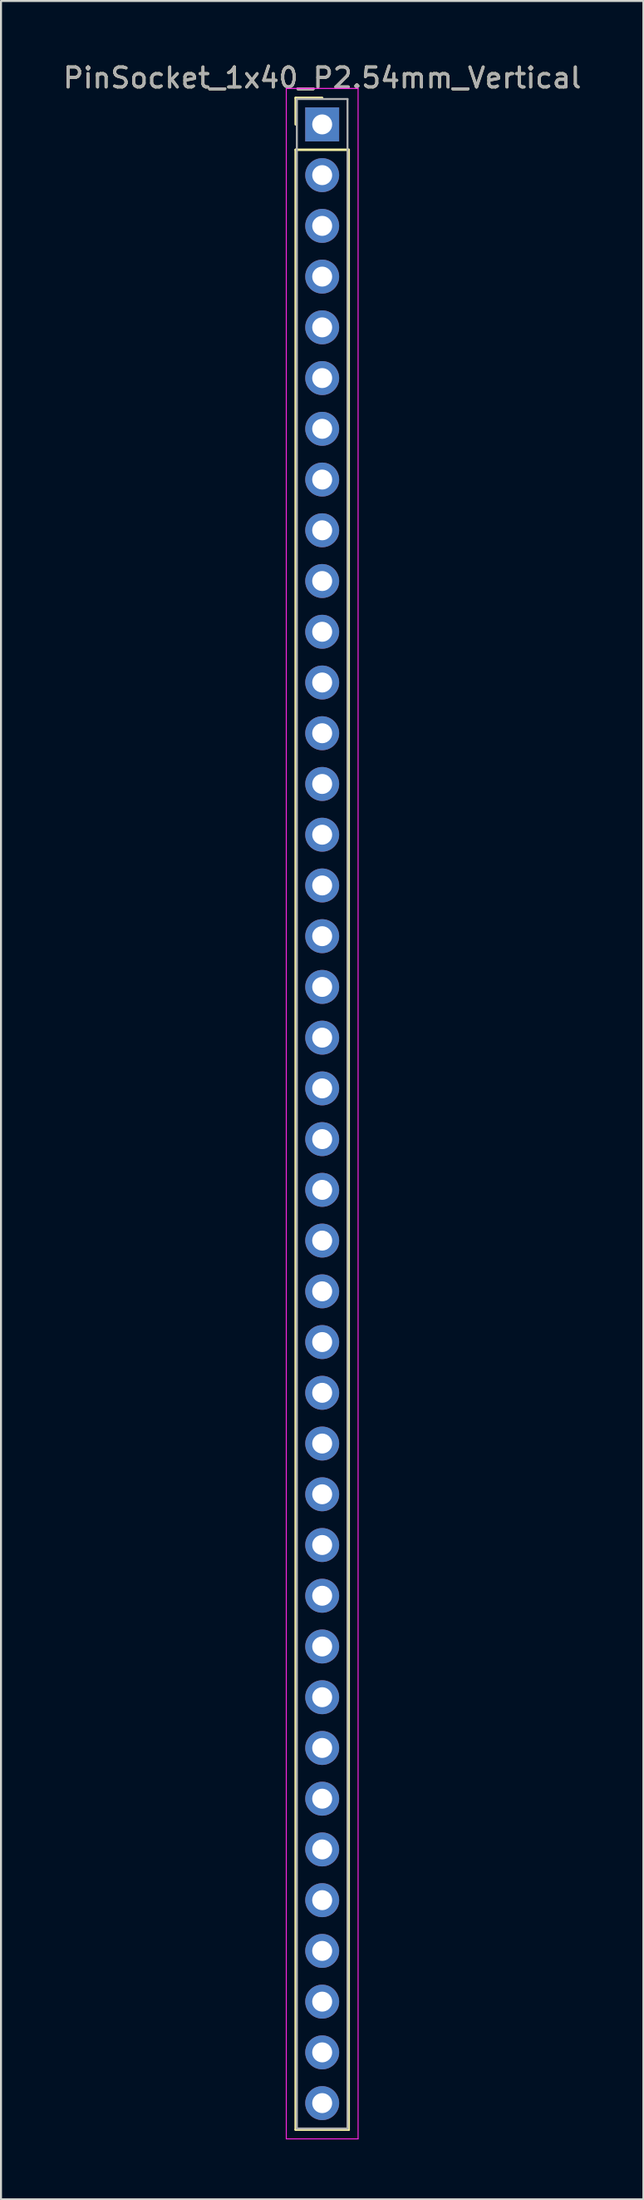
<source format=kicad_pcb>
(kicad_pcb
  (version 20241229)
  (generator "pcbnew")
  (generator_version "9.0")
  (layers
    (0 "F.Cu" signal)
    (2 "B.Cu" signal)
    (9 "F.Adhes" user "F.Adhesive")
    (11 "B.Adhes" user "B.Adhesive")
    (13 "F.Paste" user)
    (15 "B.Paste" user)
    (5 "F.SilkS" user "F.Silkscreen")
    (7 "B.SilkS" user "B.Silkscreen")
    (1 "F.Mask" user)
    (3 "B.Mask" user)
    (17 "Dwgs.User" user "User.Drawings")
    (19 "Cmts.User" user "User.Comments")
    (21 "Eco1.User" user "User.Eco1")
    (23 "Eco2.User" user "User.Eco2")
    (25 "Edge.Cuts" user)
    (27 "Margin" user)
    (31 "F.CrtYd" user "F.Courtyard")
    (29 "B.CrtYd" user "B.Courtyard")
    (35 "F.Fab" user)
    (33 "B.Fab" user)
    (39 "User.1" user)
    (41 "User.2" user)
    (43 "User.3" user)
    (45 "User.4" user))
  (footprint "PinSocket_1x40_P2.54mm_Vertical"
    (layer "F.Cu")
    (at 13.101 3.178)
    (property "Reference" "PinSocket_1x40_P2.54mm_Vertical" (at 0 -2.33 0) (layer "F.SilkS") (effects (font (size 1 1) (thickness 0.15))))
    (attr through_hole)
    (fp_line (start -1.33 -1.33) (end 0 -1.33) (stroke (width 0.12) (type solid)) (layer "F.SilkS"))
    (fp_line (start -1.33 0) (end -1.33 -1.33) (stroke (width 0.12) (type solid)) (layer "F.SilkS"))
    (fp_line (start -1.33 1.27) (end -1.33 100.39) (stroke (width 0.12) (type solid)) (layer "F.SilkS"))
    (fp_line (start -1.33 100.39) (end 1.33 100.39) (stroke (width 0.12) (type solid)) (layer "F.SilkS"))
    (fp_line (start 1.33 1.27) (end -1.33 1.27) (stroke (width 0.12) (type solid)) (layer "F.SilkS"))
    (fp_line (start 1.33 100.39) (end 1.33 1.27) (stroke (width 0.12) (type solid)) (layer "F.SilkS"))
    (fp_line (start -1.8 -1.8) (end -1.8 100.85) (stroke (width 0.05) (type solid)) (layer "F.CrtYd"))
    (fp_line (start -1.8 100.85) (end 1.8 100.85) (stroke (width 0.05) (type solid)) (layer "F.CrtYd"))
    (fp_line (start 1.8 -1.8) (end -1.8 -1.8) (stroke (width 0.05) (type solid)) (layer "F.CrtYd"))
    (fp_line (start 1.8 100.85) (end 1.8 -1.8) (stroke (width 0.05) (type solid)) (layer "F.CrtYd"))
    (fp_line (start -1.27 -1.27) (end -1.27 100.33) (stroke (width 0.1) (type solid)) (layer "F.Fab"))
    (fp_line (start -1.27 100.33) (end 1.27 100.33) (stroke (width 0.1) (type solid)) (layer "F.Fab"))
    (fp_line (start 1.27 -1.27) (end -1.27 -1.27) (stroke (width 0.1) (type solid)) (layer "F.Fab"))
    (fp_line (start 1.27 100.33) (end 1.27 -1.27) (stroke (width 0.1) (type solid)) (layer "F.Fab"))
    (fp_text user "${REFERENCE}" (at 0 -2.33 0) (layer "F.Fab") (effects (font (size 1 1) (thickness 0.15))))
    (pad "1" thru_hole rect (at 0 0) (size 1.7 1.7) (drill 1) (layers "*.Cu" "*.Mask"))
    (pad "2" thru_hole oval (at 0 2.54) (size 1.7 1.7) (drill 1) (layers "*.Cu" "*.Mask"))
    (pad "3" thru_hole oval (at 0 5.08) (size 1.7 1.7) (drill 1) (layers "*.Cu" "*.Mask"))
    (pad "4" thru_hole oval (at 0 7.62) (size 1.7 1.7) (drill 1) (layers "*.Cu" "*.Mask"))
    (pad "5" thru_hole oval (at 0 10.16) (size 1.7 1.7) (drill 1) (layers "*.Cu" "*.Mask"))
    (pad "6" thru_hole oval (at 0 12.7) (size 1.7 1.7) (drill 1) (layers "*.Cu" "*.Mask"))
    (pad "7" thru_hole oval (at 0 15.24) (size 1.7 1.7) (drill 1) (layers "*.Cu" "*.Mask"))
    (pad "8" thru_hole oval (at 0 17.78) (size 1.7 1.7) (drill 1) (layers "*.Cu" "*.Mask"))
    (pad "9" thru_hole oval (at 0 20.32) (size 1.7 1.7) (drill 1) (layers "*.Cu" "*.Mask"))
    (pad "10" thru_hole oval (at 0 22.86) (size 1.7 1.7) (drill 1) (layers "*.Cu" "*.Mask"))
    (pad "11" thru_hole oval (at 0 25.4) (size 1.7 1.7) (drill 1) (layers "*.Cu" "*.Mask"))
    (pad "12" thru_hole oval (at 0 27.94) (size 1.7 1.7) (drill 1) (layers "*.Cu" "*.Mask"))
    (pad "13" thru_hole oval (at 0 30.48) (size 1.7 1.7) (drill 1) (layers "*.Cu" "*.Mask"))
    (pad "14" thru_hole oval (at 0 33.02) (size 1.7 1.7) (drill 1) (layers "*.Cu" "*.Mask"))
    (pad "15" thru_hole oval (at 0 35.56) (size 1.7 1.7) (drill 1) (layers "*.Cu" "*.Mask"))
    (pad "16" thru_hole oval (at 0 38.1) (size 1.7 1.7) (drill 1) (layers "*.Cu" "*.Mask"))
    (pad "17" thru_hole oval (at 0 40.64) (size 1.7 1.7) (drill 1) (layers "*.Cu" "*.Mask"))
    (pad "18" thru_hole oval (at 0 43.18) (size 1.7 1.7) (drill 1) (layers "*.Cu" "*.Mask"))
    (pad "19" thru_hole oval (at 0 45.72) (size 1.7 1.7) (drill 1) (layers "*.Cu" "*.Mask"))
    (pad "20" thru_hole oval (at 0 48.26) (size 1.7 1.7) (drill 1) (layers "*.Cu" "*.Mask"))
    (pad "21" thru_hole oval (at 0 50.8) (size 1.7 1.7) (drill 1) (layers "*.Cu" "*.Mask"))
    (pad "22" thru_hole oval (at 0 53.34) (size 1.7 1.7) (drill 1) (layers "*.Cu" "*.Mask"))
    (pad "23" thru_hole oval (at 0 55.88) (size 1.7 1.7) (drill 1) (layers "*.Cu" "*.Mask"))
    (pad "24" thru_hole oval (at 0 58.42) (size 1.7 1.7) (drill 1) (layers "*.Cu" "*.Mask"))
    (pad "25" thru_hole oval (at 0 60.96) (size 1.7 1.7) (drill 1) (layers "*.Cu" "*.Mask"))
    (pad "26" thru_hole oval (at 0 63.5) (size 1.7 1.7) (drill 1) (layers "*.Cu" "*.Mask"))
    (pad "27" thru_hole oval (at 0 66.04) (size 1.7 1.7) (drill 1) (layers "*.Cu" "*.Mask"))
    (pad "28" thru_hole oval (at 0 68.58) (size 1.7 1.7) (drill 1) (layers "*.Cu" "*.Mask"))
    (pad "29" thru_hole oval (at 0 71.12) (size 1.7 1.7) (drill 1) (layers "*.Cu" "*.Mask"))
    (pad "30" thru_hole oval (at 0 73.66) (size 1.7 1.7) (drill 1) (layers "*.Cu" "*.Mask"))
    (pad "31" thru_hole oval (at 0 76.2) (size 1.7 1.7) (drill 1) (layers "*.Cu" "*.Mask"))
    (pad "32" thru_hole oval (at 0 78.74) (size 1.7 1.7) (drill 1) (layers "*.Cu" "*.Mask"))
    (pad "33" thru_hole oval (at 0 81.28) (size 1.7 1.7) (drill 1) (layers "*.Cu" "*.Mask"))
    (pad "34" thru_hole oval (at 0 83.82) (size 1.7 1.7) (drill 1) (layers "*.Cu" "*.Mask"))
    (pad "35" thru_hole oval (at 0 86.36) (size 1.7 1.7) (drill 1) (layers "*.Cu" "*.Mask"))
    (pad "36" thru_hole oval (at 0 88.9) (size 1.7 1.7) (drill 1) (layers "*.Cu" "*.Mask"))
    (pad "37" thru_hole oval (at 0 91.44) (size 1.7 1.7) (drill 1) (layers "*.Cu" "*.Mask"))
    (pad "38" thru_hole oval (at 0 93.98) (size 1.7 1.7) (drill 1) (layers "*.Cu" "*.Mask"))
    (pad "39" thru_hole oval (at 0 96.52) (size 1.7 1.7) (drill 1) (layers "*.Cu" "*.Mask"))
    (pad "40" thru_hole oval (at 0 99.06) (size 1.7 1.7) (drill 1) (layers "*.Cu" "*.Mask")))
  (gr_rect
    (start -3 -3)
    (end 29.202 107.053)
    (stroke (width 0.1) (type default))
    (fill no)
    (layer "Edge.Cuts")))
</source>
